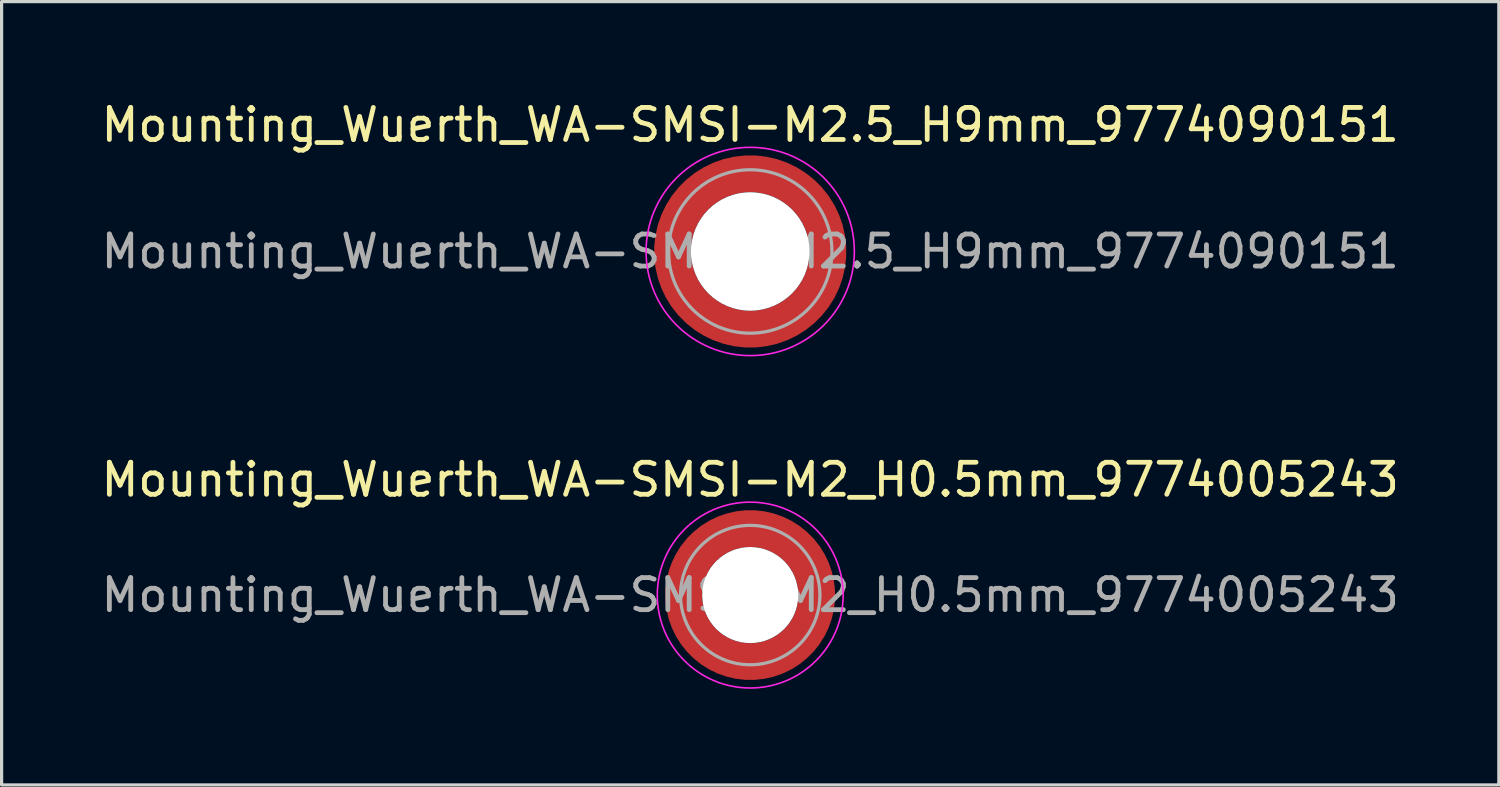
<source format=kicad_pcb>
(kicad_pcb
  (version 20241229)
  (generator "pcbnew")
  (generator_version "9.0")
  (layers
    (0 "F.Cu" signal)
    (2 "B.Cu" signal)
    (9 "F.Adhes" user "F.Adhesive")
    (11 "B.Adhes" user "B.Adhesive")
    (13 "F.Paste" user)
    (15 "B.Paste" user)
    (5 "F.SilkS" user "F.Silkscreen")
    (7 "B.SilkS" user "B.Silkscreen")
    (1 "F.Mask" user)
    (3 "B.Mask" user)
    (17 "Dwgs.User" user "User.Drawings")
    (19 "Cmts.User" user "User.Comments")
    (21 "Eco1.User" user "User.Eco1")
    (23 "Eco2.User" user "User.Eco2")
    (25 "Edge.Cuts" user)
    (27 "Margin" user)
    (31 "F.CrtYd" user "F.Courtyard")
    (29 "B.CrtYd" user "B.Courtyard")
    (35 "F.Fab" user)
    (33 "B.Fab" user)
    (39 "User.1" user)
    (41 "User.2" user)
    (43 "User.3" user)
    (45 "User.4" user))
  (footprint "Mounting_Wuerth_WA-SMSI-M2_H0.5mm_9774005243"
    (layer "F.Cu")
    (at 20.363 15.521)
    (property "Reference" "Mounting_Wuerth_WA-SMSI-M2_H0.5mm_9774005243" (at 0 -3.6 0) (layer "F.SilkS") (effects (font (size 1 1) (thickness 0.15))))
    (attr smd allow_soldermask_bridges)
    (fp_circle (center 0 0) (end 2.9 0) (stroke (width 0.05) (type solid)) (fill no) (layer "F.CrtYd"))
    (fp_circle (center 0 0) (end 2.175 0) (stroke (width 0.1) (type solid)) (fill no) (layer "F.Fab"))
    (fp_text user "${REFERENCE}" (at 0 0 0) (layer "F.Fab") (effects (font (size 1 1) (thickness 0.15))))
    (pad "" smd custom (at -1.453 -1.453) (size 0.505 0.505) (layers "F.Paste") (options (anchor circle)) (primitives (gr_arc (start -0.147677 1.053104) (mid 0.286378 0.286378) (end 1.053104 -0.147677) (width 0.2)) (gr_arc (start -0.240295 1.053104) (mid 0.222739 0.222739) (end 1.053104 -0.240295) (width 0.2)) (gr_arc (start -0.332645 1.053104) (mid 0.159099 0.159099) (end 1.053104 -0.332645) (width 0.2)) (gr_arc (start -0.424767 1.053104) (mid 0.095459 0.095459) (end 1.053104 -0.424767) (width 0.2)) (gr_arc (start -0.516693 1.053104) (mid 0.03182 0.03182) (end 1.053104 -0.516693) (width 0.2)) (gr_arc (start -0.608448 1.053104) (mid -0.03182 -0.03182) (end 1.053104 -0.608448) (width 0.2)) (gr_arc (start -0.700056 1.053104) (mid -0.095459 -0.095459) (end 1.053104 -0.700056) (width 0.2)) (gr_arc (start -0.791534 1.053104) (mid -0.159099 -0.159099) (end 1.053104 -0.791534) (width 0.2)) (gr_arc (start -0.882896 1.053104) (mid -0.222739 -0.222739) (end 1.053104 -0.882896) (width 0.2)) (gr_arc (start -0.974157 1.053104) (mid -0.286378 -0.286378) (end 1.053104 -0.974157) (width 0.2)) (gr_line (start 1.053 -0.148) (end 1.053 -0.974) (width 0.2)) (gr_line (start -0.148 1.053) (end -0.974 1.053) (width 0.2))))
    (pad "" smd custom (at -1.453 1.453) (size 0.505 0.505) (layers "F.Paste") (options (anchor circle)) (primitives (gr_arc (start 1.053104 0.147677) (mid 0.286378 -0.286378) (end -0.147677 -1.053104) (width 0.2)) (gr_arc (start 1.053104 0.240295) (mid 0.222739 -0.222739) (end -0.240295 -1.053104) (width 0.2)) (gr_arc (start 1.053104 0.332645) (mid 0.159099 -0.159099) (end -0.332645 -1.053104) (width 0.2)) (gr_arc (start 1.053104 0.424767) (mid 0.095459 -0.095459) (end -0.424767 -1.053104) (width 0.2)) (gr_arc (start 1.053104 0.516693) (mid 0.03182 -0.03182) (end -0.516693 -1.053104) (width 0.2)) (gr_arc (start 1.053104 0.608448) (mid -0.03182 0.03182) (end -0.608448 -1.053104) (width 0.2)) (gr_arc (start 1.053104 0.700056) (mid -0.095459 0.095459) (end -0.700056 -1.053104) (width 0.2)) (gr_arc (start 1.053104 0.791534) (mid -0.159099 0.159099) (end -0.791534 -1.053104) (width 0.2)) (gr_arc (start 1.053104 0.882896) (mid -0.222739 0.222739) (end -0.882896 -1.053104) (width 0.2)) (gr_arc (start 1.053104 0.974157) (mid -0.286378 0.286378) (end -0.974157 -1.053104) (width 0.2)) (gr_line (start -0.148 -1.053) (end -0.974 -1.053) (width 0.2)) (gr_line (start 1.053 0.148) (end 1.053 0.974) (width 0.2))))
    (pad "" np_thru_hole circle (at 0 0) (size 3 3) (drill 3) (layers "*.Cu" "*.Mask"))
    (pad "" smd custom (at 1.453 -1.453) (size 0.505 0.505) (layers "F.Paste") (options (anchor circle)) (primitives (gr_arc (start -1.053104 -0.147677) (mid -0.286378 0.286378) (end 0.147677 1.053104) (width 0.2)) (gr_arc (start -1.053104 -0.240295) (mid -0.222739 0.222739) (end 0.240295 1.053104) (width 0.2)) (gr_arc (start -1.053104 -0.332645) (mid -0.159099 0.159099) (end 0.332645 1.053104) (width 0.2)) (gr_arc (start -1.053104 -0.424767) (mid -0.095459 0.095459) (end 0.424767 1.053104) (width 0.2)) (gr_arc (start -1.053104 -0.516693) (mid -0.03182 0.03182) (end 0.516693 1.053104) (width 0.2)) (gr_arc (start -1.053104 -0.608448) (mid 0.03182 -0.03182) (end 0.608448 1.053104) (width 0.2)) (gr_arc (start -1.053104 -0.700056) (mid 0.095459 -0.095459) (end 0.700056 1.053104) (width 0.2)) (gr_arc (start -1.053104 -0.791534) (mid 0.159099 -0.159099) (end 0.791534 1.053104) (width 0.2)) (gr_arc (start -1.053104 -0.882896) (mid 0.222739 -0.222739) (end 0.882896 1.053104) (width 0.2)) (gr_arc (start -1.053104 -0.974157) (mid 0.286378 -0.286378) (end 0.974157 1.053104) (width 0.2)) (gr_line (start 0.148 1.053) (end 0.974 1.053) (width 0.2)) (gr_line (start -1.053 -0.148) (end -1.053 -0.974) (width 0.2))))
    (pad "" smd custom (at 1.453 1.453) (size 0.505 0.505) (layers "F.Paste") (options (anchor circle)) (primitives (gr_arc (start 0.147677 -1.053104) (mid -0.286378 -0.286378) (end -1.053104 0.147677) (width 0.2)) (gr_arc (start 0.240295 -1.053104) (mid -0.222739 -0.222739) (end -1.053104 0.240295) (width 0.2)) (gr_arc (start 0.332645 -1.053104) (mid -0.159099 -0.159099) (end -1.053104 0.332645) (width 0.2)) (gr_arc (start 0.424767 -1.053104) (mid -0.095459 -0.095459) (end -1.053104 0.424767) (width 0.2)) (gr_arc (start 0.516693 -1.053104) (mid -0.03182 -0.03182) (end -1.053104 0.516693) (width 0.2)) (gr_arc (start 0.608448 -1.053104) (mid 0.03182 0.03182) (end -1.053104 0.608448) (width 0.2)) (gr_arc (start 0.700056 -1.053104) (mid 0.095459 0.095459) (end -1.053104 0.700056) (width 0.2)) (gr_arc (start 0.791534 -1.053104) (mid 0.159099 0.159099) (end -1.053104 0.791534) (width 0.2)) (gr_arc (start 0.882896 -1.053104) (mid 0.222739 0.222739) (end -1.053104 0.882896) (width 0.2)) (gr_arc (start 0.974157 -1.053104) (mid 0.286378 0.286378) (end -1.053104 0.974157) (width 0.2)) (gr_line (start -1.053 0.148) (end -1.053 0.974) (width 0.2)) (gr_line (start 0.148 -1.053) (end 0.974 -1.053) (width 0.2))))
    (pad "1" smd circle (at -2.075 0) (size 0.642 0.642) (layers "F.Cu"))
    (pad "1" smd circle (at 0 -2.075) (size 0.642 0.642) (layers "F.Cu"))
    (pad "1" smd circle (at 0 2.075) (size 0.642 0.642) (layers "F.Cu"))
    (pad "1" smd custom (at 2.075 0) (size 1.15 1.15) (layers "F.Cu" "F.Mask") (options (anchor circle)) (primitives (gr_circle (center -2.075 0) (end 0 0) (width 1.15) (fill no)))))
  (footprint "Mounting_Wuerth_WA-SMSI-M2.5_H9mm_9774090151"
    (layer "F.Cu")
    (at 20.363 4.798)
    (property "Reference" "Mounting_Wuerth_WA-SMSI-M2.5_H9mm_9774090151" (at 0 -3.95 0) (layer "F.SilkS") (effects (font (size 1 1) (thickness 0.15))))
    (attr smd allow_soldermask_bridges)
    (fp_circle (center 0 0) (end 3.25 0) (stroke (width 0.05) (type solid)) (fill no) (layer "F.CrtYd"))
    (fp_circle (center 0 0) (end 2.55 0) (stroke (width 0.1) (type solid)) (fill no) (layer "F.Fab"))
    (fp_text user "${REFERENCE}" (at 0 0 0) (layer "F.Fab") (effects (font (size 1 1) (thickness 0.15))))
    (pad "" smd custom (at -1.704 -1.704) (size 0.51 0.51) (layers "F.Paste") (options (anchor circle)) (primitives (gr_arc (start -0.250195 1.279127) (mid 0.289914 0.289914) (end 1.279127 -0.250195) (width 0.2)) (gr_arc (start -0.34334 1.279127) (mid 0.225488 0.225488) (end 1.279127 -0.34334) (width 0.2)) (gr_arc (start -0.436309 1.279127) (mid 0.161063 0.161063) (end 1.279127 -0.436309) (width 0.2)) (gr_arc (start -0.529126 1.279127) (mid 0.096638 0.096638) (end 1.279127 -0.529126) (width 0.2)) (gr_arc (start -0.621807 1.279127) (mid 0.032213 0.032213) (end 1.279127 -0.621807) (width 0.2)) (gr_arc (start -0.71437 1.279127) (mid -0.032213 -0.032213) (end 1.279127 -0.71437) (width 0.2)) (gr_arc (start -0.806826 1.279127) (mid -0.096638 -0.096638) (end 1.279127 -0.806826) (width 0.2)) (gr_arc (start -0.899187 1.279127) (mid -0.161063 -0.161063) (end 1.279127 -0.899187) (width 0.2)) (gr_arc (start -0.991463 1.279127) (mid -0.225488 -0.225488) (end 1.279127 -0.991463) (width 0.2)) (gr_arc (start -1.083663 1.279127) (mid -0.289914 -0.289914) (end 1.279127 -1.083663) (width 0.2)) (gr_line (start 1.279 -0.25) (end 1.279 -1.084) (width 0.2)) (gr_line (start -0.25 1.279) (end -1.084 1.279) (width 0.2))))
    (pad "" smd custom (at -1.704 1.704) (size 0.51 0.51) (layers "F.Paste") (options (anchor circle)) (primitives (gr_arc (start 1.279127 0.250195) (mid 0.289914 -0.289914) (end -0.250195 -1.279127) (width 0.2)) (gr_arc (start 1.279127 0.34334) (mid 0.225488 -0.225488) (end -0.34334 -1.279127) (width 0.2)) (gr_arc (start 1.279127 0.436309) (mid 0.161063 -0.161063) (end -0.436309 -1.279127) (width 0.2)) (gr_arc (start 1.279127 0.529126) (mid 0.096638 -0.096638) (end -0.529126 -1.279127) (width 0.2)) (gr_arc (start 1.279127 0.621807) (mid 0.032213 -0.032213) (end -0.621807 -1.279127) (width 0.2)) (gr_arc (start 1.279127 0.71437) (mid -0.032213 0.032213) (end -0.71437 -1.279127) (width 0.2)) (gr_arc (start 1.279127 0.806826) (mid -0.096638 0.096638) (end -0.806826 -1.279127) (width 0.2)) (gr_arc (start 1.279127 0.899187) (mid -0.161063 0.161063) (end -0.899187 -1.279127) (width 0.2)) (gr_arc (start 1.279127 0.991463) (mid -0.225488 0.225488) (end -0.991463 -1.279127) (width 0.2)) (gr_arc (start 1.279127 1.083663) (mid -0.289914 0.289914) (end -1.083663 -1.279127) (width 0.2)) (gr_line (start -0.25 -1.279) (end -1.084 -1.279) (width 0.2)) (gr_line (start 1.279 0.25) (end 1.279 1.084) (width 0.2))))
    (pad "" np_thru_hole circle (at 0 0) (size 3.7 3.7) (drill 3.7) (layers "*.Cu" "*.Mask"))
    (pad "" smd custom (at 1.704 -1.704) (size 0.51 0.51) (layers "F.Paste") (options (anchor circle)) (primitives (gr_arc (start -1.279127 -0.250195) (mid -0.289914 0.289914) (end 0.250195 1.279127) (width 0.2)) (gr_arc (start -1.279127 -0.34334) (mid -0.225488 0.225488) (end 0.34334 1.279127) (width 0.2)) (gr_arc (start -1.279127 -0.436309) (mid -0.161063 0.161063) (end 0.436309 1.279127) (width 0.2)) (gr_arc (start -1.279127 -0.529126) (mid -0.096638 0.096638) (end 0.529126 1.279127) (width 0.2)) (gr_arc (start -1.279127 -0.621807) (mid -0.032213 0.032213) (end 0.621807 1.279127) (width 0.2)) (gr_arc (start -1.279127 -0.71437) (mid 0.032213 -0.032213) (end 0.71437 1.279127) (width 0.2)) (gr_arc (start -1.279127 -0.806826) (mid 0.096638 -0.096638) (end 0.806826 1.279127) (width 0.2)) (gr_arc (start -1.279127 -0.899187) (mid 0.161063 -0.161063) (end 0.899187 1.279127) (width 0.2)) (gr_arc (start -1.279127 -0.991463) (mid 0.225488 -0.225488) (end 0.991463 1.279127) (width 0.2)) (gr_arc (start -1.279127 -1.083663) (mid 0.289914 -0.289914) (end 1.083663 1.279127) (width 0.2)) (gr_line (start 0.25 1.279) (end 1.084 1.279) (width 0.2)) (gr_line (start -1.279 -0.25) (end -1.279 -1.084) (width 0.2))))
    (pad "" smd custom (at 1.704 1.704) (size 0.51 0.51) (layers "F.Paste") (options (anchor circle)) (primitives (gr_arc (start 0.250195 -1.279127) (mid -0.289914 -0.289914) (end -1.279127 0.250195) (width 0.2)) (gr_arc (start 0.34334 -1.279127) (mid -0.225488 -0.225488) (end -1.279127 0.34334) (width 0.2)) (gr_arc (start 0.436309 -1.279127) (mid -0.161063 -0.161063) (end -1.279127 0.436309) (width 0.2)) (gr_arc (start 0.529126 -1.279127) (mid -0.096638 -0.096638) (end -1.279127 0.529126) (width 0.2)) (gr_arc (start 0.621807 -1.279127) (mid -0.032213 -0.032213) (end -1.279127 0.621807) (width 0.2)) (gr_arc (start 0.71437 -1.279127) (mid 0.032213 0.032213) (end -1.279127 0.71437) (width 0.2)) (gr_arc (start 0.806826 -1.279127) (mid 0.096638 0.096638) (end -1.279127 0.806826) (width 0.2)) (gr_arc (start 0.899187 -1.279127) (mid 0.161063 0.161063) (end -1.279127 0.899187) (width 0.2)) (gr_arc (start 0.991463 -1.279127) (mid 0.225488 0.225488) (end -1.279127 0.991463) (width 0.2)) (gr_arc (start 1.083663 -1.279127) (mid 0.289914 0.289914) (end -1.279127 1.083663) (width 0.2)) (gr_line (start -1.279 0.25) (end -1.279 1.084) (width 0.2)) (gr_line (start 0.25 -1.279) (end 1.084 -1.279) (width 0.2))))
    (pad "1" smd circle (at -2.425 0) (size 0.642 0.642) (layers "F.Cu"))
    (pad "1" smd circle (at 0 -2.425) (size 0.642 0.642) (layers "F.Cu"))
    (pad "1" smd circle (at 0 2.425) (size 0.642 0.642) (layers "F.Cu"))
    (pad "1" smd custom (at 2.425 0) (size 1.15 1.15) (layers "F.Cu" "F.Mask") (options (anchor circle)) (primitives (gr_circle (center -2.425 0) (end 0 0) (width 1.15) (fill no)))))
  (gr_rect
    (start -3 -3)
    (end 43.726 21.447)
    (stroke (width 0.1) (type default))
    (fill no)
    (layer "Edge.Cuts")))
</source>
